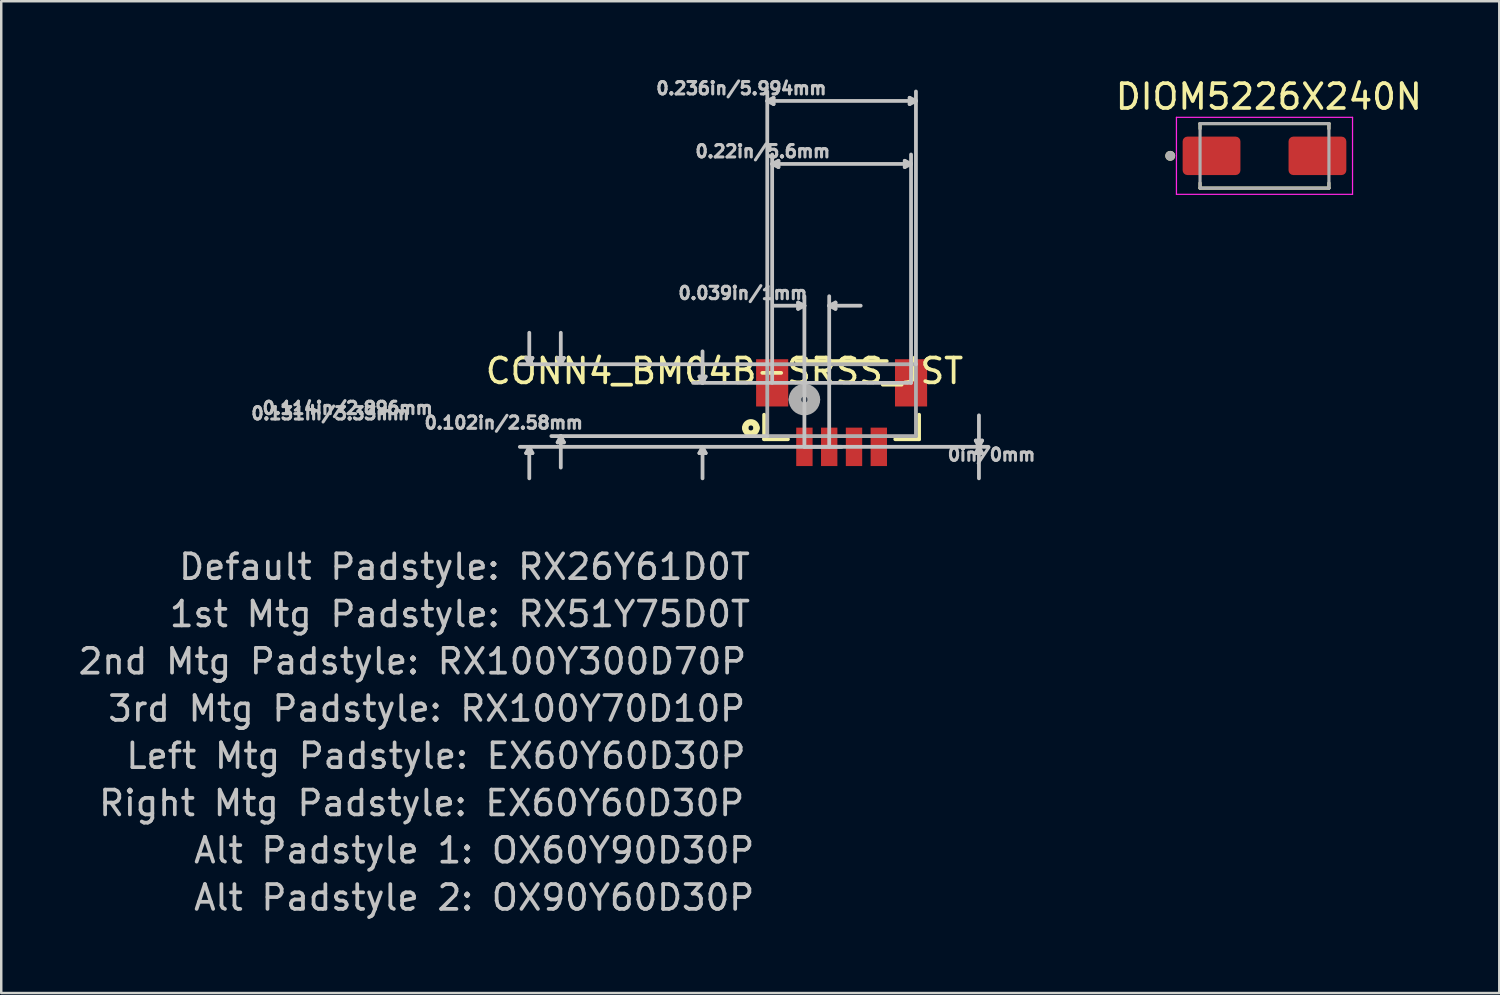
<source format=kicad_pcb>
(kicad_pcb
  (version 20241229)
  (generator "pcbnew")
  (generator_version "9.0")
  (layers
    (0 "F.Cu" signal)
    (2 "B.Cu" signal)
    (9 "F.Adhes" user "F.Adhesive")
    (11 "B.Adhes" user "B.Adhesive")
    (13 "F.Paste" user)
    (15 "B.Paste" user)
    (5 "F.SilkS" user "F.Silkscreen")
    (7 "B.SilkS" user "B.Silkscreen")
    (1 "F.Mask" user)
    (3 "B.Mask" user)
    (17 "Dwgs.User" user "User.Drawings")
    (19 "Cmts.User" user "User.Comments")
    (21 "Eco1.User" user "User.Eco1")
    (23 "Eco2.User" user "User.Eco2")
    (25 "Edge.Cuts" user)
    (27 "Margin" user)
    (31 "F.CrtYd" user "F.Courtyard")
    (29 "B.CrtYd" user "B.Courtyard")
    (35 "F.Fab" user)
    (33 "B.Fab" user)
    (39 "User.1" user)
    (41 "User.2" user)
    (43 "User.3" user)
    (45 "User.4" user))
  (footprint "CONN4_BM04B-SRSS_JST"
    (layer "F.Cu")
    (at 30.882 13.084)
    (property "Reference" "CONN4_BM04B-SRSS_JST" (at -4.722 -1.174 180) (layer "F.SilkS") (effects (font (size 1 1) (thickness 0.15))))
    (attr smd)
    (fp_line (start -3.124 0.587) (end -3.124 1.575) (stroke (width 0.152) (type solid)) (layer "F.SilkS"))
    (fp_line (start -3.124 1.575) (end -2.163 1.575) (stroke (width 0.152) (type solid)) (layer "F.SilkS"))
    (fp_line (start 1.82 -1.575) (end -1.82 -1.575) (stroke (width 0.152) (type solid)) (layer "F.SilkS"))
    (fp_line (start 2.163 1.575) (end 3.124 1.575) (stroke (width 0.152) (type solid)) (layer "F.SilkS"))
    (fp_line (start 3.124 1.575) (end 3.124 0.587) (stroke (width 0.152) (type solid)) (layer "F.SilkS"))
    (fp_arc (start -3.8862 1.1202) (mid -3.6576 0.8916) (end -3.429 1.1202) (stroke (width 0.254) (type solid)) (layer "F.SilkS"))
    (fp_arc (start -3.429 1.1202) (mid -3.6576 1.3488) (end -3.8862 1.1202) (stroke (width 0.254) (type solid)) (layer "F.SilkS"))
    (fp_line (start -12.719 -1.702) (end -12.465 -1.702) (stroke (width 0.152) (type solid)) (layer "Dwgs.User"))
    (fp_line (start -12.719 2.136) (end -12.465 2.136) (stroke (width 0.152) (type solid)) (layer "Dwgs.User"))
    (fp_line (start -12.592 -1.448) (end -12.719 -1.702) (stroke (width 0.152) (type solid)) (layer "Dwgs.User"))
    (fp_line (start -12.592 -1.448) (end -12.592 -2.718) (stroke (width 0.152) (type solid)) (layer "Dwgs.User"))
    (fp_line (start -12.592 -1.448) (end -12.465 -1.702) (stroke (width 0.152) (type solid)) (layer "Dwgs.User"))
    (fp_line (start -12.592 1.882) (end -12.719 2.136) (stroke (width 0.152) (type solid)) (layer "Dwgs.User"))
    (fp_line (start -12.592 1.882) (end -12.592 3.152) (stroke (width 0.152) (type solid)) (layer "Dwgs.User"))
    (fp_line (start -12.592 1.882) (end -12.465 2.136) (stroke (width 0.152) (type solid)) (layer "Dwgs.User"))
    (fp_line (start -11.449 -1.702) (end -11.195 -1.702) (stroke (width 0.152) (type solid)) (layer "Dwgs.User"))
    (fp_line (start -11.449 1.702) (end -11.195 1.702) (stroke (width 0.152) (type solid)) (layer "Dwgs.User"))
    (fp_line (start -11.322 -1.448) (end -11.449 -1.702) (stroke (width 0.152) (type solid)) (layer "Dwgs.User"))
    (fp_line (start -11.322 -1.448) (end -11.322 -2.718) (stroke (width 0.152) (type solid)) (layer "Dwgs.User"))
    (fp_line (start -11.322 -1.448) (end -11.195 -1.702) (stroke (width 0.152) (type solid)) (layer "Dwgs.User"))
    (fp_line (start -11.322 1.448) (end -11.449 1.702) (stroke (width 0.152) (type solid)) (layer "Dwgs.User"))
    (fp_line (start -11.322 1.448) (end -11.322 2.718) (stroke (width 0.152) (type solid)) (layer "Dwgs.User"))
    (fp_line (start -11.322 1.448) (end -11.195 1.702) (stroke (width 0.152) (type solid)) (layer "Dwgs.User"))
    (fp_line (start -5.734 -0.952) (end -5.48 -0.952) (stroke (width 0.152) (type solid)) (layer "Dwgs.User"))
    (fp_line (start -5.734 2.136) (end -5.48 2.136) (stroke (width 0.152) (type solid)) (layer "Dwgs.User"))
    (fp_line (start -5.607 -0.698) (end -5.734 -0.952) (stroke (width 0.152) (type solid)) (layer "Dwgs.User"))
    (fp_line (start -5.607 -0.698) (end -5.607 -1.968) (stroke (width 0.152) (type solid)) (layer "Dwgs.User"))
    (fp_line (start -5.607 -0.698) (end -5.48 -0.952) (stroke (width 0.152) (type solid)) (layer "Dwgs.User"))
    (fp_line (start -5.607 1.882) (end -5.734 2.136) (stroke (width 0.152) (type solid)) (layer "Dwgs.User"))
    (fp_line (start -5.607 1.882) (end -5.607 3.152) (stroke (width 0.152) (type solid)) (layer "Dwgs.User"))
    (fp_line (start -5.607 1.882) (end -5.48 2.136) (stroke (width 0.152) (type solid)) (layer "Dwgs.User"))
    (fp_line (start -2.997 -12.064) (end -2.743 -12.191) (stroke (width 0.152) (type solid)) (layer "Dwgs.User"))
    (fp_line (start -2.997 -12.064) (end -2.743 -11.937) (stroke (width 0.152) (type solid)) (layer "Dwgs.User"))
    (fp_line (start -2.997 -12.064) (end 2.997 -12.064) (stroke (width 0.152) (type solid)) (layer "Dwgs.User"))
    (fp_line (start -2.997 -1.448) (end -12.973 -1.448) (stroke (width 0.152) (type solid)) (layer "Dwgs.User"))
    (fp_line (start -2.997 -1.448) (end -2.997 -12.445) (stroke (width 0.152) (type solid)) (layer "Dwgs.User"))
    (fp_line (start -2.997 1.448) (end -11.703 1.448) (stroke (width 0.152) (type solid)) (layer "Dwgs.User"))
    (fp_line (start -2.8 -9.524) (end -2.546 -9.651) (stroke (width 0.152) (type solid)) (layer "Dwgs.User"))
    (fp_line (start -2.8 -9.524) (end -2.546 -9.397) (stroke (width 0.152) (type solid)) (layer "Dwgs.User"))
    (fp_line (start -2.8 -9.524) (end 2.8 -9.524) (stroke (width 0.152) (type solid)) (layer "Dwgs.User"))
    (fp_line (start -2.8 -0.698) (end -2.8 -9.905) (stroke (width 0.152) (type solid)) (layer "Dwgs.User"))
    (fp_line (start -2.743 -12.191) (end -2.743 -11.937) (stroke (width 0.152) (type solid)) (layer "Dwgs.User"))
    (fp_line (start -2.546 -9.651) (end -2.546 -9.397) (stroke (width 0.152) (type solid)) (layer "Dwgs.User"))
    (fp_line (start -1.754 -3.936) (end -1.754 -3.682) (stroke (width 0.152) (type solid)) (layer "Dwgs.User"))
    (fp_line (start -1.5 -3.809) (end -2.77 -3.809) (stroke (width 0.152) (type solid)) (layer "Dwgs.User"))
    (fp_line (start -1.5 -3.809) (end -1.754 -3.936) (stroke (width 0.152) (type solid)) (layer "Dwgs.User"))
    (fp_line (start -1.5 -3.809) (end -1.754 -3.682) (stroke (width 0.152) (type solid)) (layer "Dwgs.User"))
    (fp_line (start -1.5 1.882) (end -1.5 -4.19) (stroke (width 0.152) (type solid)) (layer "Dwgs.User"))
    (fp_line (start -1.5 1.882) (end 5.918 1.882) (stroke (width 0.152) (type solid)) (layer "Dwgs.User"))
    (fp_line (start -0.5 -3.809) (end -0.246 -3.936) (stroke (width 0.152) (type solid)) (layer "Dwgs.User"))
    (fp_line (start -0.5 -3.809) (end -0.246 -3.682) (stroke (width 0.152) (type solid)) (layer "Dwgs.User"))
    (fp_line (start -0.5 -3.809) (end 0.77 -3.809) (stroke (width 0.152) (type solid)) (layer "Dwgs.User"))
    (fp_line (start -0.5 1.882) (end -0.5 -4.19) (stroke (width 0.152) (type solid)) (layer "Dwgs.User"))
    (fp_line (start -0.246 -3.936) (end -0.246 -3.682) (stroke (width 0.152) (type solid)) (layer "Dwgs.User"))
    (fp_line (start 0 1.882) (end -12.973 1.882) (stroke (width 0.152) (type solid)) (layer "Dwgs.User"))
    (fp_line (start 2.546 -9.651) (end 2.546 -9.397) (stroke (width 0.152) (type solid)) (layer "Dwgs.User"))
    (fp_line (start 2.743 -12.191) (end 2.743 -11.937) (stroke (width 0.152) (type solid)) (layer "Dwgs.User"))
    (fp_line (start 2.8 -9.524) (end 2.546 -9.651) (stroke (width 0.152) (type solid)) (layer "Dwgs.User"))
    (fp_line (start 2.8 -9.524) (end 2.546 -9.397) (stroke (width 0.152) (type solid)) (layer "Dwgs.User"))
    (fp_line (start 2.8 -0.698) (end -5.988 -0.698) (stroke (width 0.152) (type solid)) (layer "Dwgs.User"))
    (fp_line (start 2.8 -0.698) (end 2.8 -9.905) (stroke (width 0.152) (type solid)) (layer "Dwgs.User"))
    (fp_line (start 2.997 -12.064) (end 2.743 -12.191) (stroke (width 0.152) (type solid)) (layer "Dwgs.User"))
    (fp_line (start 2.997 -12.064) (end 2.743 -11.937) (stroke (width 0.152) (type solid)) (layer "Dwgs.User"))
    (fp_line (start 2.997 -1.448) (end 2.997 -12.445) (stroke (width 0.152) (type solid)) (layer "Dwgs.User"))
    (fp_line (start 5.41 1.628) (end 5.664 1.628) (stroke (width 0.152) (type solid)) (layer "Dwgs.User"))
    (fp_line (start 5.41 2.136) (end 5.664 2.136) (stroke (width 0.152) (type solid)) (layer "Dwgs.User"))
    (fp_line (start 5.537 1.882) (end 5.41 1.628) (stroke (width 0.152) (type solid)) (layer "Dwgs.User"))
    (fp_line (start 5.537 1.882) (end 5.41 2.136) (stroke (width 0.152) (type solid)) (layer "Dwgs.User"))
    (fp_line (start 5.537 1.882) (end 5.537 0.612) (stroke (width 0.152) (type solid)) (layer "Dwgs.User"))
    (fp_line (start 5.537 1.882) (end 5.537 3.152) (stroke (width 0.152) (type solid)) (layer "Dwgs.User"))
    (fp_line (start 5.537 1.882) (end 5.664 1.628) (stroke (width 0.152) (type solid)) (layer "Dwgs.User"))
    (fp_line (start 5.537 1.882) (end 5.664 2.136) (stroke (width 0.152) (type solid)) (layer "Dwgs.User"))
    (fp_line (start -2.997 -1.448) (end -2.997 1.448) (stroke (width 0.152) (type solid)) (layer "F.Fab"))
    (fp_line (start -2.997 1.448) (end 2.997 1.448) (stroke (width 0.152) (type solid)) (layer "F.Fab"))
    (fp_line (start 2.997 -1.448) (end -2.997 -1.448) (stroke (width 0.152) (type solid)) (layer "F.Fab"))
    (fp_line (start 2.997 1.448) (end 2.997 -1.448) (stroke (width 0.152) (type solid)) (layer "F.Fab"))
    (fp_arc (start -1.881 -0.0228) (mid -1.5 -0.4038) (end -1.119 -0.0228) (stroke (width 0.508) (type solid)) (layer "F.Fab"))
    (fp_arc (start -1.119 -0.0228) (mid -1.5 0.3582) (end -1.881 -0.0228) (stroke (width 0.508) (type solid)) (layer "F.Fab"))
    (fp_text user "Alt Padstyle 1: OX60Y90D30P" (at -14.814 18.151 0) (layer "Dwgs.User") (effects (font (size 1 1) (thickness 0.15))))
    (fp_text user "0.131in/3.33mm" (at -20.608 0.535 0) (layer "Dwgs.User") (effects (font (size 0.5 0.5) (thickness 0.15))))
    (fp_text user "3rd Mtg Padstyle: RX100Y70D10P" (at -16.729 12.436 0) (layer "Dwgs.User") (effects (font (size 1 1) (thickness 0.15))))
    (fp_text user "0.114in/2.896mm" (at -19.915 0.318 0) (layer "Dwgs.User") (effects (font (size 0.5 0.5) (thickness 0.15))))
    (fp_text user "Right Mtg Padstyle: EX60Y60D30P" (at -16.932 16.246 0) (layer "Dwgs.User") (effects (font (size 1 1) (thickness 0.15))))
    (fp_text user "0.22in/5.6mm" (at -3.178 -10.032 0) (layer "Dwgs.User") (effects (font (size 0.5 0.5) (thickness 0.15))))
    (fp_text user "1st Mtg Padstyle: RX51Y75D0T" (at -15.39 8.626 0) (layer "Dwgs.User") (effects (font (size 1 1) (thickness 0.15))))
    (fp_text user "0.102in/2.58mm" (at -13.623 0.91 0) (layer "Dwgs.User") (effects (font (size 0.5 0.5) (thickness 0.15))))
    (fp_text user "2nd Mtg Padstyle: RX100Y300D70P" (at -17.305 10.531 0) (layer "Dwgs.User") (effects (font (size 1 1) (thickness 0.15))))
    (fp_text user "0in/0mm" (at 6.045 2.2 0) (layer "Dwgs.User") (effects (font (size 0.5 0.5) (thickness 0.15))))
    (fp_text user "Left Mtg Padstyle: EX60Y60D30P" (at -16.356 14.341 0) (layer "Dwgs.User") (effects (font (size 1 1) (thickness 0.15))))
    (fp_text user "0.039in/1mm" (at -3.983 -4.317 0) (layer "Dwgs.User") (effects (font (size 0.5 0.5) (thickness 0.15))))
    (fp_text user "Default Padstyle: RX26Y61D0T" (at -15.204 6.721 0) (layer "Dwgs.User") (effects (font (size 1 1) (thickness 0.15))))
    (fp_text user "Alt Padstyle 2: OX90Y60D30P" (at -14.814 20.056 0) (layer "Dwgs.User") (effects (font (size 1 1) (thickness 0.15))))
    (fp_text user "0.236in/5.994mm" (at -4.042 -12.572 0) (layer "Dwgs.User") (effects (font (size 0.5 0.5) (thickness 0.15))))
    (pad "1" smd rect (at -1.5 1.882) (size 0.66 1.549) (layers "F.Cu" "F.Mask" "F.Paste"))
    (pad "2" smd rect (at -0.5 1.882) (size 0.66 1.549) (layers "F.Cu" "F.Mask" "F.Paste"))
    (pad "3" smd rect (at 0.5 1.882) (size 0.66 1.549) (layers "F.Cu" "F.Mask" "F.Paste"))
    (pad "4" smd rect (at 1.5 1.882) (size 0.66 1.549) (layers "F.Cu" "F.Mask" "F.Paste"))
    (pad "5" smd rect (at -2.8 -0.698) (size 1.295 1.905) (layers "F.Cu" "F.Mask" "F.Paste"))
    (pad "6" smd rect (at 2.8 -0.698) (size 1.295 1.905) (layers "F.Cu" "F.Mask" "F.Paste")))
  (footprint "DIOM5226X240N"
    (layer "F.Cu")
    (at 47.932 3.233)
    (property "Reference" "DIOM5226X240N" (at 0.175 -2.385 0) (layer "F.SilkS") (effects (font (size 1 1) (thickness 0.15))))
    (attr smd)
    (fp_line (start -2.598 -1.302) (end 2.598 -1.302) (stroke (width 0.127) (type solid)) (layer "F.SilkS"))
    (fp_line (start -2.598 -1.095) (end -2.598 -1.302) (stroke (width 0.127) (type solid)) (layer "F.SilkS"))
    (fp_line (start -2.598 1.302) (end -2.598 1.095) (stroke (width 0.127) (type solid)) (layer "F.SilkS"))
    (fp_line (start 2.598 -1.302) (end 2.598 -1.095) (stroke (width 0.127) (type solid)) (layer "F.SilkS"))
    (fp_line (start 2.598 1.302) (end -2.598 1.302) (stroke (width 0.127) (type solid)) (layer "F.SilkS"))
    (fp_line (start 2.598 1.302) (end 2.598 1.095) (stroke (width 0.127) (type solid)) (layer "F.SilkS"))
    (fp_circle (center -3.8 0) (end -3.7 0) (stroke (width 0.2) (type solid)) (fill no) (layer "F.SilkS"))
    (fp_line (start -3.55 -1.552) (end -3.55 1.552) (stroke (width 0.05) (type solid)) (layer "F.CrtYd"))
    (fp_line (start -3.55 1.552) (end 3.55 1.552) (stroke (width 0.05) (type solid)) (layer "F.CrtYd"))
    (fp_line (start 3.55 -1.552) (end -3.55 -1.552) (stroke (width 0.05) (type solid)) (layer "F.CrtYd"))
    (fp_line (start 3.55 1.552) (end 3.55 -1.552) (stroke (width 0.05) (type solid)) (layer "F.CrtYd"))
    (fp_line (start -2.598 -1.302) (end 2.598 -1.302) (stroke (width 0.127) (type solid)) (layer "F.Fab"))
    (fp_line (start -2.598 1.302) (end -2.598 -1.302) (stroke (width 0.127) (type solid)) (layer "F.Fab"))
    (fp_line (start 2.598 -1.302) (end 2.598 1.302) (stroke (width 0.127) (type solid)) (layer "F.Fab"))
    (fp_line (start 2.598 1.302) (end -2.598 1.302) (stroke (width 0.127) (type solid)) (layer "F.Fab"))
    (fp_circle (center -3.8 0) (end -3.7 0) (stroke (width 0.2) (type solid)) (fill no) (layer "F.Fab"))
    (pad "1" smd roundrect (at -2.135 0) (size 2.33 1.55) (layers "F.Cu" "F.Mask" "F.Paste") (roundrect_rratio 0.125))
    (pad "2" smd roundrect (at 2.135 0) (size 2.33 1.55) (layers "F.Cu" "F.Mask" "F.Paste") (roundrect_rratio 0.125)))
  (gr_rect
    (start -3 -3)
    (end 57.398 36.988)
    (stroke (width 0.1) (type default))
    (fill no)
    (layer "Edge.Cuts")))
</source>
